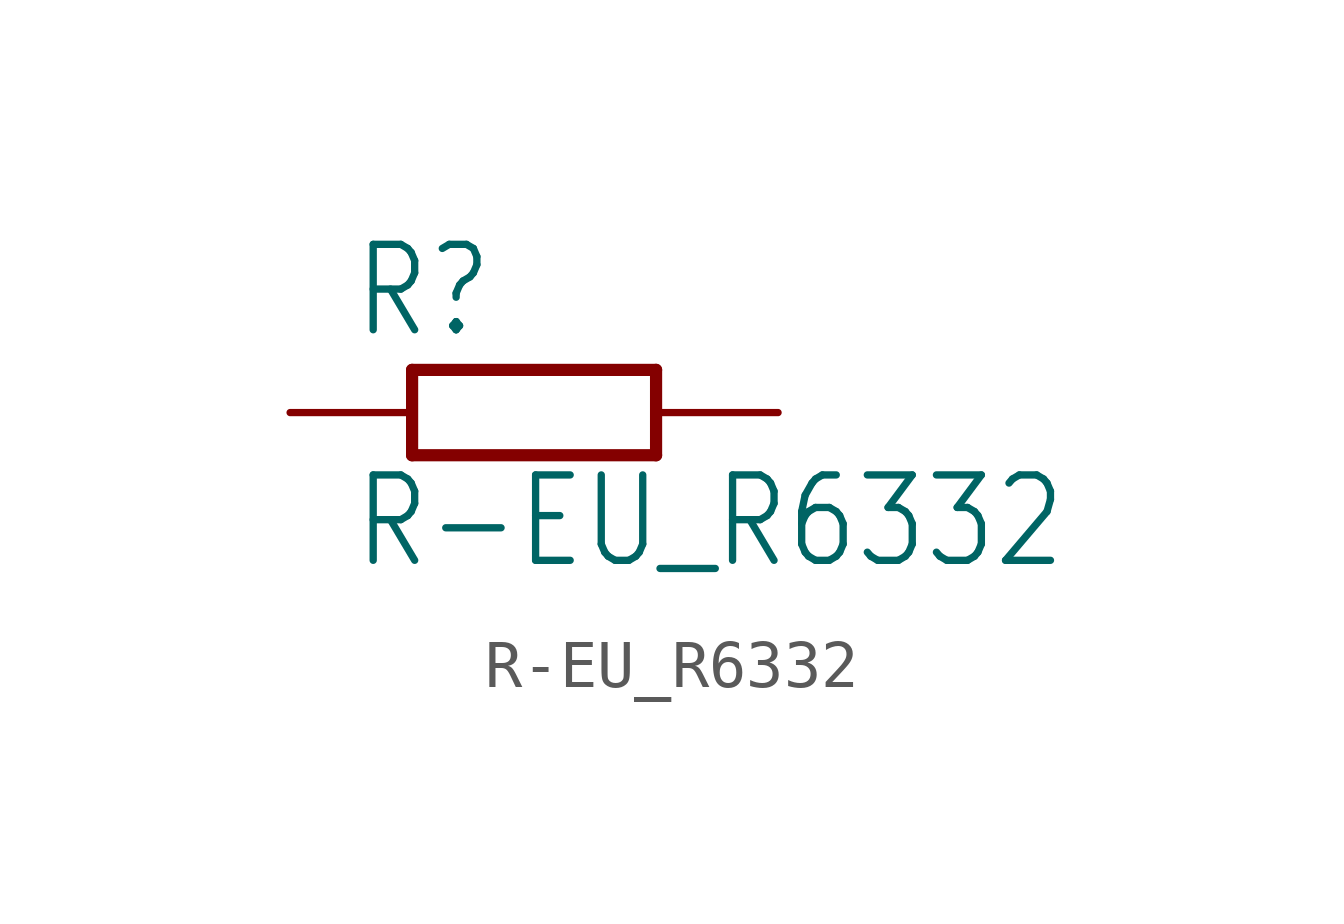
<source format=kicad_sym>
(kicad_symbol_lib
  (version 20211014)
  (generator kicad_symbol_editor)
  (symbol "R-EU_R6332"
    (property "Reference" "R"
      (at -3.81 1.499 0)
      (effects (font (size 1.778 1.511)) (justify left bottom)))
    (property "Value" "R-EU_R6332"
      (at -3.81 -3.302 0)
      (effects (font (size 1.778 1.511)) (justify left bottom)))
    (property "ki_locked" ""
      (at 0 0 0)
      (effects (font (size 1.27 1.27))))
    (symbol "R-EU_R6332_1_0"
      (polyline (pts (xy -2.54 -0.889) (xy -2.54 0.889)) (stroke (width 0.254) (type default) (color 0 0 0 0)) (fill (type none)))
      (polyline (pts (xy -2.54 -0.889) (xy 2.54 -0.889)) (stroke (width 0.254) (type default) (color 0 0 0 0)) (fill (type none)))
      (polyline (pts (xy 2.54 -0.889) (xy 2.54 0.889)) (stroke (width 0.254) (type default) (color 0 0 0 0)) (fill (type none)))
      (polyline (pts (xy 2.54 0.889) (xy -2.54 0.889)) (stroke (width 0.254) (type default) (color 0 0 0 0)) (fill (type none)))
      (pin passive line (at -5.08 0 0) (length 2.54) (name "1" (effects (font (size 0 0)))) (number "1" (effects (font (size 0 0)))))
      (pin passive line (at 5.08 0 180) (length 2.54) (name "2" (effects (font (size 0 0)))) (number "2" (effects (font (size 0 0))))))))
</source>
